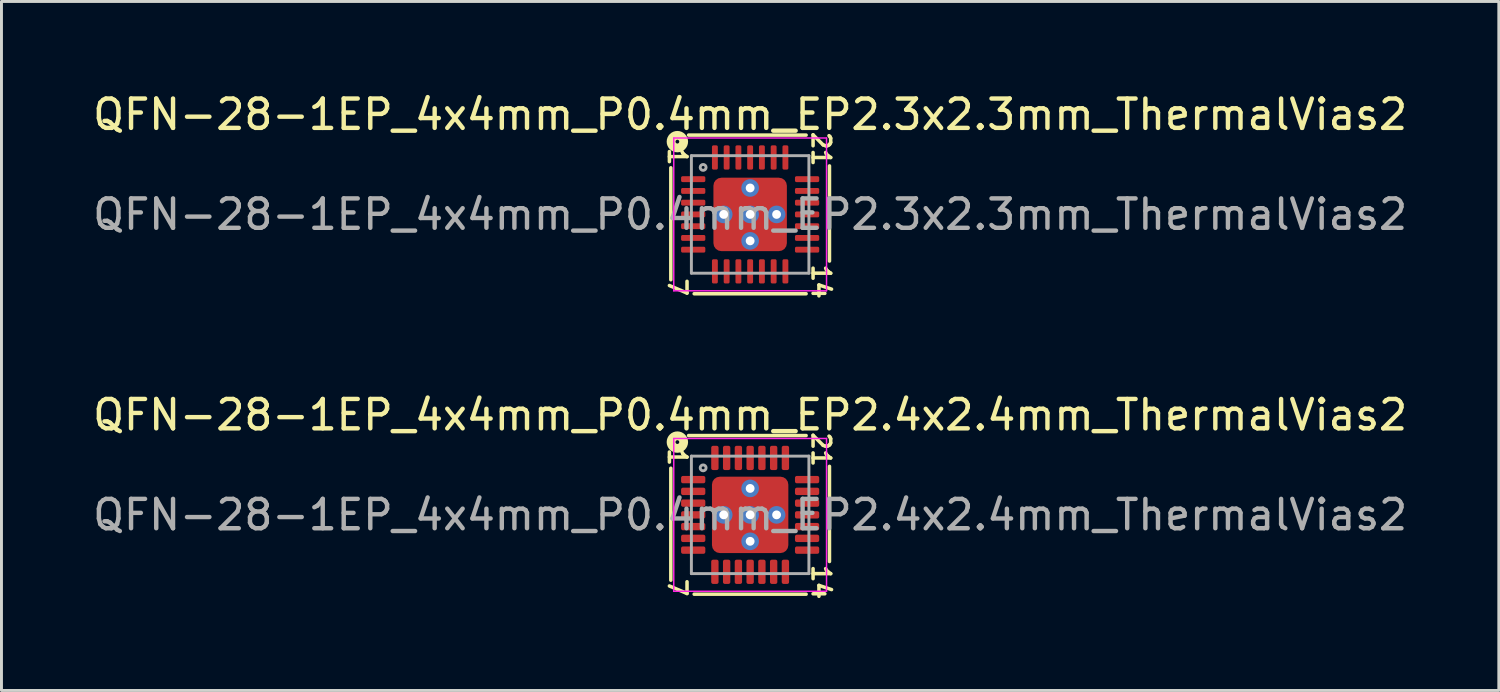
<source format=kicad_pcb>
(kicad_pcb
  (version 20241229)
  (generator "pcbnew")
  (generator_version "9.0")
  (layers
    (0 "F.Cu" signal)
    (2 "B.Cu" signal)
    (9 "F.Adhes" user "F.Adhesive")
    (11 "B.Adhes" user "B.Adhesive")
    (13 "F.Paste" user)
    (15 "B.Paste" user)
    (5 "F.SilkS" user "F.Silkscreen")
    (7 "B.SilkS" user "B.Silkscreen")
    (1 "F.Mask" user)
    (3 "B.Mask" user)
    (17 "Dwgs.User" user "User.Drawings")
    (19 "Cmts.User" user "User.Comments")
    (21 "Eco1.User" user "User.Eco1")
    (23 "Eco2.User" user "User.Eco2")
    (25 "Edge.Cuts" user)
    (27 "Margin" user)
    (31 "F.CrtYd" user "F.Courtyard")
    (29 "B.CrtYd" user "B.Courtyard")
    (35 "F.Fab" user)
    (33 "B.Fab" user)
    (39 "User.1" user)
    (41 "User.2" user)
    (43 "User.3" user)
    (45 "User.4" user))
  (footprint "QFN-28-1EP_4x4mm_P0.4mm_EP2.3x2.3mm_ThermalVias2"
    (layer "F.Cu")
    (at 22.482 4.248)
    (property "Reference" "QFN-28-1EP_4x4mm_P0.4mm_EP2.3x2.3mm_ThermalVias2" (at 0 -3.4 0) (layer "F.SilkS") (effects (font (size 1 1) (thickness 0.15))))
    (attr smd)
    (fp_line (start -2.7 -1.587) (end -2.7 2.223) (stroke (width 0.12) (type solid)) (layer "F.SilkS"))
    (fp_line (start -1.905 2.7) (end 1.905 2.7) (stroke (width 0.12) (type solid)) (layer "F.SilkS"))
    (fp_line (start 1.905 -2.7) (end -2.095 -2.7) (stroke (width 0.12) (type solid)) (layer "F.SilkS"))
    (fp_line (start 2.7 1.587) (end 2.7 -1.651) (stroke (width 0.12) (type solid)) (layer "F.SilkS"))
    (fp_circle (center -2.477 -2.477) (end -2.413 -2.477) (stroke (width 0.3) (type solid)) (fill no) (layer "F.SilkS"))
    (fp_line (start -2.6 -2.6) (end -2.6 2.6) (stroke (width 0.05) (type solid)) (layer "F.CrtYd"))
    (fp_line (start -2.6 2.6) (end 2.6 2.6) (stroke (width 0.05) (type solid)) (layer "F.CrtYd"))
    (fp_line (start 2.6 -2.6) (end -2.6 -2.6) (stroke (width 0.05) (type solid)) (layer "F.CrtYd"))
    (fp_line (start 2.6 2.6) (end 2.6 -2.6) (stroke (width 0.05) (type solid)) (layer "F.CrtYd"))
    (fp_line (start -2 -2) (end 2 -2) (stroke (width 0.1) (type solid)) (layer "F.Fab"))
    (fp_line (start -2 2) (end -2 -2) (stroke (width 0.1) (type solid)) (layer "F.Fab"))
    (fp_line (start 2 -2) (end 2 2) (stroke (width 0.1) (type solid)) (layer "F.Fab"))
    (fp_line (start 2 2) (end -2 2) (stroke (width 0.1) (type solid)) (layer "F.Fab"))
    (fp_circle (center -1.6 -1.6) (end -1.5 -1.6) (stroke (width 0.1) (type solid)) (fill no) (layer "F.Fab"))
    (fp_text user "7" (at -2.477 2.477 270) (unlocked yes) (layer "F.SilkS") (effects (font (size 0.6 0.6) (thickness 0.12))))
    (fp_text user "21" (at 2.413 -2.223 270) (unlocked yes) (layer "F.SilkS") (effects (font (size 0.6 0.6) (thickness 0.12))))
    (fp_text user "14" (at 2.413 2.286 270) (unlocked yes) (layer "F.SilkS") (effects (font (size 0.6 0.6) (thickness 0.12))))
    (fp_text user "1" (at -2.477 -1.968 270) (unlocked yes) (layer "F.SilkS") (effects (font (size 0.6 0.6) (thickness 0.12))))
    (fp_text user "${REFERENCE}" (at 0 0 0) (layer "F.Fab") (effects (font (size 1 1) (thickness 0.15))))
    (pad "" smd roundrect (at -0.725 -0.725) (size 0.65 0.65) (layers "F.Paste") (roundrect_rratio 0.25))
    (pad "" smd roundrect (at -0.725 -0.725) (size 0.85 0.85) (layers "F.Mask") (roundrect_rratio 0.25))
    (pad "" smd roundrect (at -0.725 0.725) (size 0.65 0.65) (layers "F.Paste") (roundrect_rratio 0.25))
    (pad "" smd roundrect (at -0.725 0.725) (size 0.85 0.85) (layers "F.Mask") (roundrect_rratio 0.25))
    (pad "" smd roundrect (at 0.725 -0.725) (size 0.65 0.65) (layers "F.Paste") (roundrect_rratio 0.25))
    (pad "" smd roundrect (at 0.725 -0.725) (size 0.85 0.85) (layers "F.Mask") (roundrect_rratio 0.25))
    (pad "" smd roundrect (at 0.725 0.725) (size 0.65 0.65) (layers "F.Paste") (roundrect_rratio 0.25))
    (pad "" smd roundrect (at 0.725 0.725) (size 0.85 0.85) (layers "F.Mask") (roundrect_rratio 0.25))
    (pad "1" smd roundrect (at -1.938 -1.2) (size 0.825 0.2) (layers "F.Cu" "F.Mask" "F.Paste") (roundrect_rratio 0.25))
    (pad "2" smd roundrect (at -1.938 -0.8) (size 0.825 0.2) (layers "F.Cu" "F.Mask" "F.Paste") (roundrect_rratio 0.25))
    (pad "3" smd roundrect (at -1.938 -0.4) (size 0.825 0.2) (layers "F.Cu" "F.Mask" "F.Paste") (roundrect_rratio 0.25))
    (pad "4" smd roundrect (at -1.938 0) (size 0.825 0.2) (layers "F.Cu" "F.Mask" "F.Paste") (roundrect_rratio 0.25))
    (pad "5" smd roundrect (at -1.938 0.4) (size 0.825 0.2) (layers "F.Cu" "F.Mask" "F.Paste") (roundrect_rratio 0.25))
    (pad "6" smd roundrect (at -1.938 0.8) (size 0.825 0.2) (layers "F.Cu" "F.Mask" "F.Paste") (roundrect_rratio 0.25))
    (pad "7" smd roundrect (at -1.938 1.2) (size 0.825 0.2) (layers "F.Cu" "F.Mask" "F.Paste") (roundrect_rratio 0.25))
    (pad "8" smd roundrect (at -1.2 1.938) (size 0.2 0.825) (layers "F.Cu" "F.Mask" "F.Paste") (roundrect_rratio 0.25))
    (pad "9" smd roundrect (at -0.8 1.938) (size 0.2 0.825) (layers "F.Cu" "F.Mask" "F.Paste") (roundrect_rratio 0.25))
    (pad "10" smd roundrect (at -0.4 1.938) (size 0.2 0.825) (layers "F.Cu" "F.Mask" "F.Paste") (roundrect_rratio 0.25))
    (pad "11" smd roundrect (at 0 1.938) (size 0.2 0.825) (layers "F.Cu" "F.Mask" "F.Paste") (roundrect_rratio 0.25))
    (pad "12" smd roundrect (at 0.4 1.938) (size 0.2 0.825) (layers "F.Cu" "F.Mask" "F.Paste") (roundrect_rratio 0.25))
    (pad "13" smd roundrect (at 0.8 1.938) (size 0.2 0.825) (layers "F.Cu" "F.Mask" "F.Paste") (roundrect_rratio 0.25))
    (pad "14" smd roundrect (at 1.2 1.938) (size 0.2 0.825) (layers "F.Cu" "F.Mask" "F.Paste") (roundrect_rratio 0.25))
    (pad "15" smd roundrect (at 1.938 1.2) (size 0.825 0.2) (layers "F.Cu" "F.Mask" "F.Paste") (roundrect_rratio 0.25))
    (pad "16" smd roundrect (at 1.938 0.8) (size 0.825 0.2) (layers "F.Cu" "F.Mask" "F.Paste") (roundrect_rratio 0.25))
    (pad "17" smd roundrect (at 1.938 0.4) (size 0.825 0.2) (layers "F.Cu" "F.Mask" "F.Paste") (roundrect_rratio 0.25))
    (pad "18" smd roundrect (at 1.938 0) (size 0.825 0.2) (layers "F.Cu" "F.Mask" "F.Paste") (roundrect_rratio 0.25))
    (pad "19" smd roundrect (at 1.938 -0.4) (size 0.825 0.2) (layers "F.Cu" "F.Mask" "F.Paste") (roundrect_rratio 0.25))
    (pad "20" smd roundrect (at 1.938 -0.8) (size 0.825 0.2) (layers "F.Cu" "F.Mask" "F.Paste") (roundrect_rratio 0.25))
    (pad "21" smd roundrect (at 1.938 -1.2) (size 0.825 0.2) (layers "F.Cu" "F.Mask" "F.Paste") (roundrect_rratio 0.25))
    (pad "22" smd roundrect (at 1.2 -1.938) (size 0.2 0.825) (layers "F.Cu" "F.Mask" "F.Paste") (roundrect_rratio 0.25))
    (pad "23" smd roundrect (at 0.8 -1.938) (size 0.2 0.825) (layers "F.Cu" "F.Mask" "F.Paste") (roundrect_rratio 0.25))
    (pad "24" smd roundrect (at 0.4 -1.938) (size 0.2 0.825) (layers "F.Cu" "F.Mask" "F.Paste") (roundrect_rratio 0.25))
    (pad "25" smd roundrect (at 0 -1.938) (size 0.2 0.825) (layers "F.Cu" "F.Mask" "F.Paste") (roundrect_rratio 0.25))
    (pad "26" smd roundrect (at -0.4 -1.938) (size 0.2 0.825) (layers "F.Cu" "F.Mask" "F.Paste") (roundrect_rratio 0.25))
    (pad "27" smd roundrect (at -0.8 -1.938) (size 0.2 0.825) (layers "F.Cu" "F.Mask" "F.Paste") (roundrect_rratio 0.25))
    (pad "28" smd roundrect (at -1.2 -1.938) (size 0.2 0.825) (layers "F.Cu" "F.Mask" "F.Paste") (roundrect_rratio 0.25))
    (pad "29" thru_hole circle (at -0.9 0) (size 0.6 0.6) (drill 0.3) (property pad_prop_heatsink) (layers "*.Cu" "*.Mask"))
    (pad "29" thru_hole circle (at 0 -0.9) (size 0.6 0.6) (drill 0.3) (property pad_prop_heatsink) (layers "*.Cu" "*.Mask"))
    (pad "29" thru_hole circle (at 0 0) (size 0.6 0.6) (drill 0.3) (property pad_prop_heatsink) (layers "*.Cu" "*.Mask"))
    (pad "29" smd roundrect (at 0 0) (size 2.5 2.5) (layers "F.Cu") (roundrect_rratio 0.109))
    (pad "29" thru_hole circle (at 0 0.9) (size 0.6 0.6) (drill 0.3) (property pad_prop_heatsink) (layers "*.Cu" "*.Mask"))
    (pad "29" thru_hole circle (at 0.9 0) (size 0.6 0.6) (drill 0.3) (property pad_prop_heatsink) (layers "*.Cu" "*.Mask")))
  (footprint "QFN-28-1EP_4x4mm_P0.4mm_EP2.4x2.4mm_ThermalVias2"
    (layer "F.Cu")
    (at 22.482 14.474)
    (property "Reference" "QFN-28-1EP_4x4mm_P0.4mm_EP2.4x2.4mm_ThermalVias2" (at 0 -3.4 0) (layer "F.SilkS") (effects (font (size 1 1) (thickness 0.15))))
    (attr smd)
    (fp_line (start -2.7 -1.587) (end -2.7 2.223) (stroke (width 0.12) (type solid)) (layer "F.SilkS"))
    (fp_line (start -1.905 2.7) (end 1.905 2.7) (stroke (width 0.12) (type solid)) (layer "F.SilkS"))
    (fp_line (start 1.905 -2.7) (end -2.095 -2.7) (stroke (width 0.12) (type solid)) (layer "F.SilkS"))
    (fp_line (start 2.7 1.587) (end 2.7 -1.651) (stroke (width 0.12) (type solid)) (layer "F.SilkS"))
    (fp_circle (center -2.477 -2.477) (end -2.413 -2.477) (stroke (width 0.3) (type solid)) (fill no) (layer "F.SilkS"))
    (fp_line (start -2.6 -2.6) (end -2.6 2.6) (stroke (width 0.05) (type solid)) (layer "F.CrtYd"))
    (fp_line (start -2.6 2.6) (end 2.6 2.6) (stroke (width 0.05) (type solid)) (layer "F.CrtYd"))
    (fp_line (start 2.6 -2.6) (end -2.6 -2.6) (stroke (width 0.05) (type solid)) (layer "F.CrtYd"))
    (fp_line (start 2.6 2.6) (end 2.6 -2.6) (stroke (width 0.05) (type solid)) (layer "F.CrtYd"))
    (fp_line (start -2 -2) (end 2 -2) (stroke (width 0.1) (type solid)) (layer "F.Fab"))
    (fp_line (start -2 2) (end -2 -2) (stroke (width 0.1) (type solid)) (layer "F.Fab"))
    (fp_line (start 2 -2) (end 2 2) (stroke (width 0.1) (type solid)) (layer "F.Fab"))
    (fp_line (start 2 2) (end -2 2) (stroke (width 0.1) (type solid)) (layer "F.Fab"))
    (fp_circle (center -1.6 -1.6) (end -1.5 -1.6) (stroke (width 0.1) (type solid)) (fill no) (layer "F.Fab"))
    (fp_text user "14" (at 2.413 2.286 270) (unlocked yes) (layer "F.SilkS") (effects (font (size 0.6 0.6) (thickness 0.12))))
    (fp_text user "7" (at -2.477 2.477 270) (unlocked yes) (layer "F.SilkS") (effects (font (size 0.6 0.6) (thickness 0.12))))
    (fp_text user "21" (at 2.413 -2.223 270) (unlocked yes) (layer "F.SilkS") (effects (font (size 0.6 0.6) (thickness 0.12))))
    (fp_text user "1" (at -2.477 -1.968 270) (unlocked yes) (layer "F.SilkS") (effects (font (size 0.6 0.6) (thickness 0.12))))
    (fp_text user "${REFERENCE}" (at 0 0 0) (layer "F.Fab") (effects (font (size 1 1) (thickness 0.15))))
    (pad "" smd roundrect (at -0.75 -0.75) (size 0.7 0.7) (layers "F.Paste") (roundrect_rratio 0.25))
    (pad "" smd roundrect (at -0.75 -0.75) (size 0.9 0.9) (layers "F.Mask") (roundrect_rratio 0.25))
    (pad "" smd roundrect (at -0.75 0.75) (size 0.7 0.7) (layers "F.Paste") (roundrect_rratio 0.25))
    (pad "" smd roundrect (at -0.75 0.75) (size 0.9 0.9) (layers "F.Mask") (roundrect_rratio 0.25))
    (pad "" smd roundrect (at 0.75 -0.75) (size 0.7 0.7) (layers "F.Paste") (roundrect_rratio 0.25))
    (pad "" smd roundrect (at 0.75 -0.75) (size 0.9 0.9) (layers "F.Mask") (roundrect_rratio 0.25))
    (pad "" smd roundrect (at 0.75 0.75) (size 0.7 0.7) (layers "F.Paste") (roundrect_rratio 0.25))
    (pad "" smd roundrect (at 0.75 0.75) (size 0.9 0.9) (layers "F.Mask") (roundrect_rratio 0.25))
    (pad "1" smd roundrect (at -1.938 -1.2) (size 0.825 0.25) (layers "F.Cu" "F.Mask" "F.Paste") (roundrect_rratio 0.25))
    (pad "2" smd roundrect (at -1.938 -0.8) (size 0.825 0.25) (layers "F.Cu" "F.Mask" "F.Paste") (roundrect_rratio 0.25))
    (pad "3" smd roundrect (at -1.938 -0.4) (size 0.825 0.25) (layers "F.Cu" "F.Mask" "F.Paste") (roundrect_rratio 0.25))
    (pad "4" smd roundrect (at -1.938 0) (size 0.825 0.25) (layers "F.Cu" "F.Mask" "F.Paste") (roundrect_rratio 0.25))
    (pad "5" smd roundrect (at -1.938 0.4) (size 0.825 0.25) (layers "F.Cu" "F.Mask" "F.Paste") (roundrect_rratio 0.25))
    (pad "6" smd roundrect (at -1.938 0.8) (size 0.825 0.25) (layers "F.Cu" "F.Mask" "F.Paste") (roundrect_rratio 0.25))
    (pad "7" smd roundrect (at -1.938 1.2) (size 0.825 0.25) (layers "F.Cu" "F.Mask" "F.Paste") (roundrect_rratio 0.25))
    (pad "8" smd roundrect (at -1.2 1.938) (size 0.25 0.825) (layers "F.Cu" "F.Mask" "F.Paste") (roundrect_rratio 0.25))
    (pad "9" smd roundrect (at -0.8 1.938) (size 0.25 0.825) (layers "F.Cu" "F.Mask" "F.Paste") (roundrect_rratio 0.25))
    (pad "10" smd roundrect (at -0.4 1.938) (size 0.25 0.825) (layers "F.Cu" "F.Mask" "F.Paste") (roundrect_rratio 0.25))
    (pad "11" smd roundrect (at 0 1.938) (size 0.25 0.825) (layers "F.Cu" "F.Mask" "F.Paste") (roundrect_rratio 0.25))
    (pad "12" smd roundrect (at 0.4 1.938) (size 0.25 0.825) (layers "F.Cu" "F.Mask" "F.Paste") (roundrect_rratio 0.25))
    (pad "13" smd roundrect (at 0.8 1.938) (size 0.25 0.825) (layers "F.Cu" "F.Mask" "F.Paste") (roundrect_rratio 0.25))
    (pad "14" smd roundrect (at 1.2 1.938) (size 0.25 0.825) (layers "F.Cu" "F.Mask" "F.Paste") (roundrect_rratio 0.25))
    (pad "15" smd roundrect (at 1.938 1.2) (size 0.825 0.25) (layers "F.Cu" "F.Mask" "F.Paste") (roundrect_rratio 0.25))
    (pad "16" smd roundrect (at 1.938 0.8) (size 0.825 0.25) (layers "F.Cu" "F.Mask" "F.Paste") (roundrect_rratio 0.25))
    (pad "17" smd roundrect (at 1.938 0.4) (size 0.825 0.25) (layers "F.Cu" "F.Mask" "F.Paste") (roundrect_rratio 0.25))
    (pad "18" smd roundrect (at 1.938 0) (size 0.825 0.25) (layers "F.Cu" "F.Mask" "F.Paste") (roundrect_rratio 0.25))
    (pad "19" smd roundrect (at 1.938 -0.4) (size 0.825 0.25) (layers "F.Cu" "F.Mask" "F.Paste") (roundrect_rratio 0.25))
    (pad "20" smd roundrect (at 1.938 -0.8) (size 0.825 0.25) (layers "F.Cu" "F.Mask" "F.Paste") (roundrect_rratio 0.25))
    (pad "21" smd roundrect (at 1.938 -1.2) (size 0.825 0.25) (layers "F.Cu" "F.Mask" "F.Paste") (roundrect_rratio 0.25))
    (pad "22" smd roundrect (at 1.2 -1.938) (size 0.25 0.825) (layers "F.Cu" "F.Mask" "F.Paste") (roundrect_rratio 0.25))
    (pad "23" smd roundrect (at 0.8 -1.938) (size 0.25 0.825) (layers "F.Cu" "F.Mask" "F.Paste") (roundrect_rratio 0.25))
    (pad "24" smd roundrect (at 0.4 -1.938) (size 0.25 0.825) (layers "F.Cu" "F.Mask" "F.Paste") (roundrect_rratio 0.25))
    (pad "25" smd roundrect (at 0 -1.938) (size 0.25 0.825) (layers "F.Cu" "F.Mask" "F.Paste") (roundrect_rratio 0.25))
    (pad "26" smd roundrect (at -0.4 -1.938) (size 0.25 0.825) (layers "F.Cu" "F.Mask" "F.Paste") (roundrect_rratio 0.25))
    (pad "27" smd roundrect (at -0.8 -1.938) (size 0.25 0.825) (layers "F.Cu" "F.Mask" "F.Paste") (roundrect_rratio 0.25))
    (pad "28" smd roundrect (at -1.2 -1.938) (size 0.25 0.825) (layers "F.Cu" "F.Mask" "F.Paste") (roundrect_rratio 0.25))
    (pad "29" thru_hole circle (at -0.9 0) (size 0.6 0.6) (drill 0.3) (property pad_prop_heatsink) (layers "*.Cu" "*.Mask"))
    (pad "29" thru_hole circle (at 0 -0.9) (size 0.6 0.6) (drill 0.3) (property pad_prop_heatsink) (layers "*.Cu" "*.Mask"))
    (pad "29" thru_hole circle (at 0 0) (size 0.6 0.6) (drill 0.3) (property pad_prop_heatsink) (layers "*.Cu" "*.Mask"))
    (pad "29" smd roundrect (at 0 0) (size 2.6 2.6) (layers "F.Cu") (roundrect_rratio 0.104))
    (pad "29" thru_hole circle (at 0 0.9) (size 0.6 0.6) (drill 0.3) (property pad_prop_heatsink) (layers "*.Cu" "*.Mask"))
    (pad "29" thru_hole circle (at 0.9 0) (size 0.6 0.6) (drill 0.3) (property pad_prop_heatsink) (layers "*.Cu" "*.Mask")))
  (gr_rect
    (start -3 -3)
    (end 47.964 20.451)
    (stroke (width 0.1) (type default))
    (fill no)
    (layer "Edge.Cuts")))
</source>
